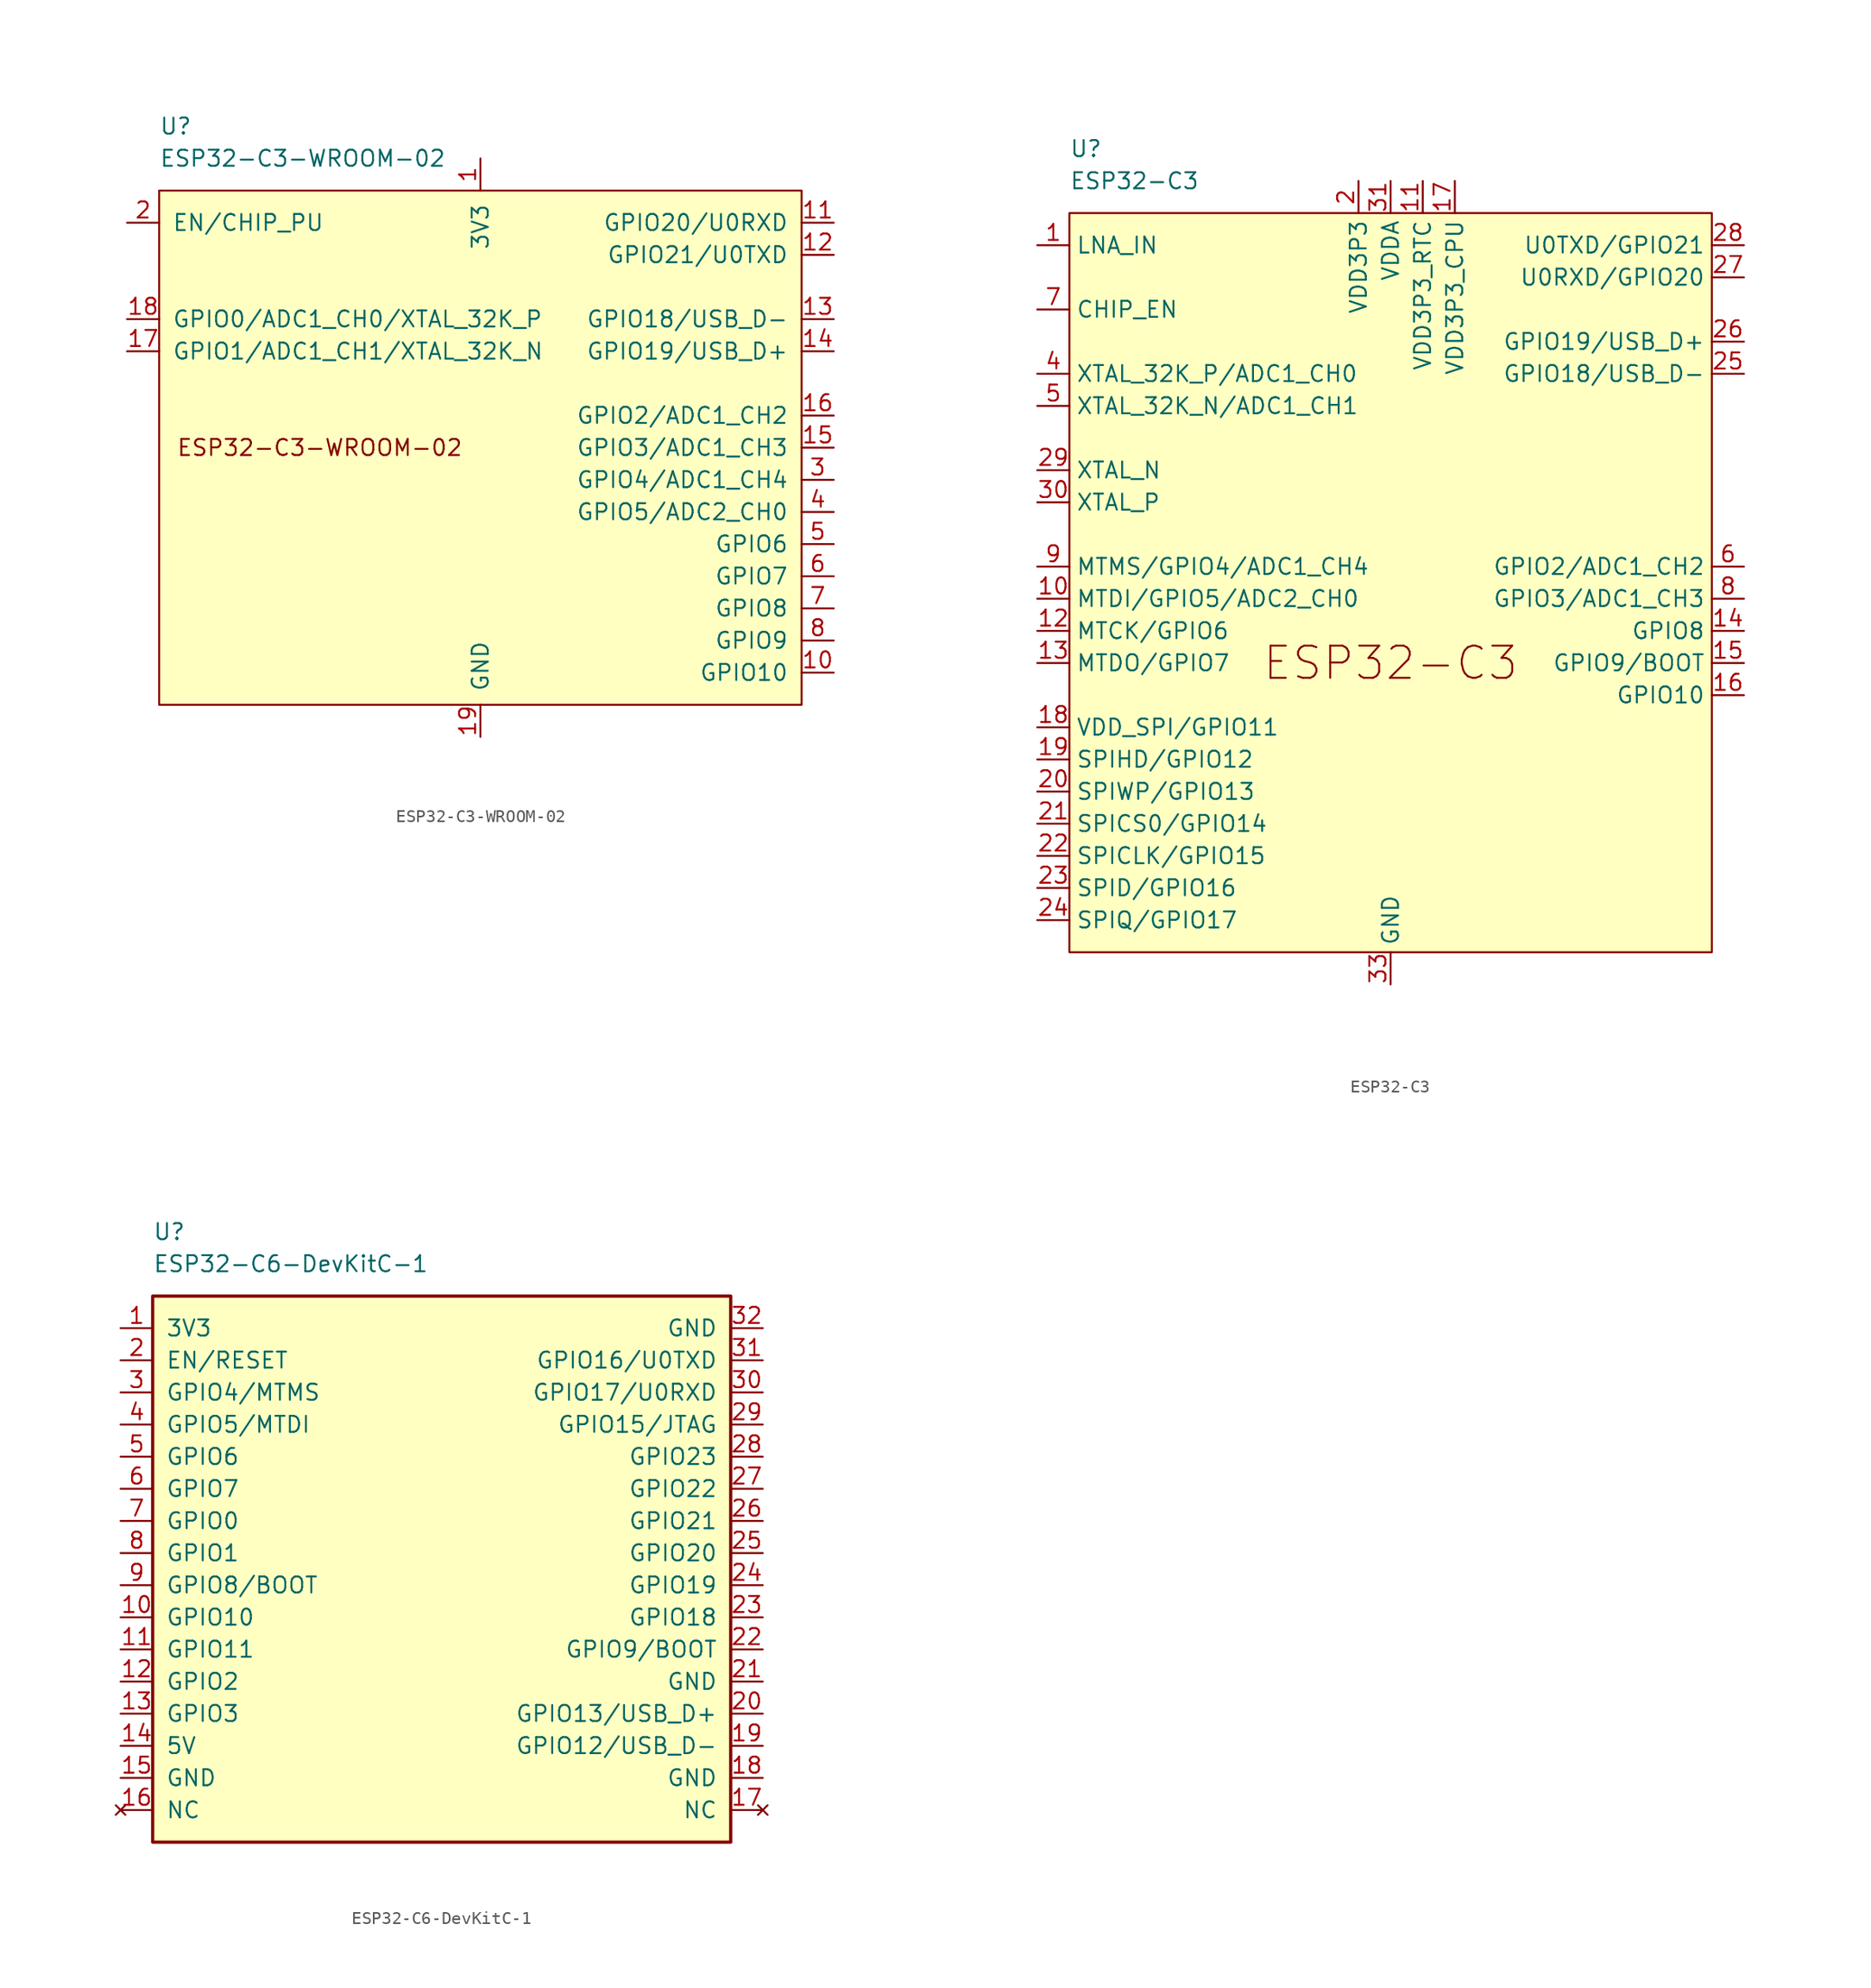
<source format=kicad_sym>
(kicad_symbol_lib
  (version 20241209)
  (generator "kicad_symbol_editor")
  (generator_version "9.0")
  (symbol "ESP32-C3-WROOM-02"
    (pin_names
      (offset 1.016))
    (property "Reference" "U"
      (at -25.4 25.4 0)
      (effects (font (size 1.27 1.27)) (justify left)))
    (property "Value" "ESP32-C3-WROOM-02"
      (at -25.4 22.86 0)
      (effects (font (size 1.27 1.27)) (justify left)))
    (symbol "ESP32-C3-WROOM-02_0_0"
      (text "ESP32-C3-WROOM-02" (at -12.7 0 0) (effects (font (size 1.27 1.27)))))
    (symbol "ESP32-C3-WROOM-02_0_1"
      (rectangle (start 25.4 20.32) (end -25.4 -20.32) (stroke (width 0) (type default)) (fill (type background))))
    (symbol "ESP32-C3-WROOM-02_1_1"
      (pin input line (at -27.94 17.78 0) (length 2.54) (name "EN/CHIP_PU" (effects (font (size 1.27 1.27)))) (number "2" (effects (font (size 1.27 1.27)))))
      (pin bidirectional line (at -27.94 10.16 0) (length 2.54) (name "GPIO0/ADC1_CH0/XTAL_32K_P" (effects (font (size 1.27 1.27)))) (number "18" (effects (font (size 1.27 1.27)))))
      (pin bidirectional line (at -27.94 7.62 0) (length 2.54) (name "GPIO1/ADC1_CH1/XTAL_32K_N" (effects (font (size 1.27 1.27)))) (number "17" (effects (font (size 1.27 1.27)))))
      (pin power_in line (at 0 22.86 270) (length 2.54) (name "3V3" (effects (font (size 1.27 1.27)))) (number "1" (effects (font (size 1.27 1.27)))))
      (pin power_in line (at 0 -22.86 90) (length 2.54) (name "GND" (effects (font (size 1.27 1.27)))) (number "19" (effects (font (size 1.27 1.27)))))
      (pin passive line (at 0 -22.86 90) (length 2.54) (hide yes) (name "GND" (effects (font (size 1.27 1.27)))) (number "9" (effects (font (size 1.27 1.27)))))
      (pin bidirectional line (at 27.94 17.78 180) (length 2.54) (name "GPIO20/U0RXD" (effects (font (size 1.27 1.27)))) (number "11" (effects (font (size 1.27 1.27)))))
      (pin bidirectional line (at 27.94 15.24 180) (length 2.54) (name "GPIO21/U0TXD" (effects (font (size 1.27 1.27)))) (number "12" (effects (font (size 1.27 1.27)))))
      (pin bidirectional line (at 27.94 10.16 180) (length 2.54) (name "GPIO18/USB_D-" (effects (font (size 1.27 1.27)))) (number "13" (effects (font (size 1.27 1.27)))))
      (pin bidirectional line (at 27.94 7.62 180) (length 2.54) (name "GPIO19/USB_D+" (effects (font (size 1.27 1.27)))) (number "14" (effects (font (size 1.27 1.27)))))
      (pin bidirectional line (at 27.94 2.54 180) (length 2.54) (name "GPIO2/ADC1_CH2" (effects (font (size 1.27 1.27)))) (number "16" (effects (font (size 1.27 1.27)))))
      (pin bidirectional line (at 27.94 0 180) (length 2.54) (name "GPIO3/ADC1_CH3" (effects (font (size 1.27 1.27)))) (number "15" (effects (font (size 1.27 1.27)))))
      (pin bidirectional line (at 27.94 -2.54 180) (length 2.54) (name "GPIO4/ADC1_CH4" (effects (font (size 1.27 1.27)))) (number "3" (effects (font (size 1.27 1.27)))))
      (pin bidirectional line (at 27.94 -5.08 180) (length 2.54) (name "GPIO5/ADC2_CH0" (effects (font (size 1.27 1.27)))) (number "4" (effects (font (size 1.27 1.27)))))
      (pin bidirectional line (at 27.94 -7.62 180) (length 2.54) (name "GPIO6" (effects (font (size 1.27 1.27)))) (number "5" (effects (font (size 1.27 1.27)))))
      (pin bidirectional line (at 27.94 -10.16 180) (length 2.54) (name "GPIO7" (effects (font (size 1.27 1.27)))) (number "6" (effects (font (size 1.27 1.27)))))
      (pin bidirectional line (at 27.94 -12.7 180) (length 2.54) (name "GPIO8" (effects (font (size 1.27 1.27)))) (number "7" (effects (font (size 1.27 1.27)))))
      (pin bidirectional line (at 27.94 -15.24 180) (length 2.54) (name "GPIO9" (effects (font (size 1.27 1.27)))) (number "8" (effects (font (size 1.27 1.27)))))
      (pin bidirectional line (at 27.94 -17.78 180) (length 2.54) (name "GPIO10" (effects (font (size 1.27 1.27)))) (number "10" (effects (font (size 1.27 1.27)))))))
  (symbol "ESP32-C3"
    (property "Reference" "U"
      (at -25.4 35.56 0)
      (effects (font (size 1.27 1.27)) (justify left)))
    (property "Value" "ESP32-C3"
      (at -25.4 33.02 0)
      (effects (font (size 1.27 1.27)) (justify left)))
    (symbol "ESP32-C3_0_0"
      (text "ESP32-C3" (at 0 -5.08 0) (effects (font (size 2.54 2.54))))
      (pin bidirectional line (at -27.94 27.94 0) (length 2.54) (name "LNA_IN" (effects (font (size 1.27 1.27)))) (number "1" (effects (font (size 1.27 1.27)))))
      (pin input line (at -27.94 22.86 0) (length 2.54) (name "CHIP_EN" (effects (font (size 1.27 1.27)))) (number "7" (effects (font (size 1.27 1.27)))))
      (pin output line (at -27.94 17.78 0) (length 2.54) (name "XTAL_32K_P/ADC1_CH0" (effects (font (size 1.27 1.27)))) (number "4" (effects (font (size 1.27 1.27)))))
      (pin input line (at -27.94 15.24 0) (length 2.54) (name "XTAL_32K_N/ADC1_CH1" (effects (font (size 1.27 1.27)))) (number "5" (effects (font (size 1.27 1.27)))))
      (pin output line (at -27.94 10.16 0) (length 2.54) (name "XTAL_N" (effects (font (size 1.27 1.27)))) (number "29" (effects (font (size 1.27 1.27)))))
      (pin input line (at -27.94 7.62 0) (length 2.54) (name "XTAL_P" (effects (font (size 1.27 1.27)))) (number "30" (effects (font (size 1.27 1.27)))))
      (pin bidirectional line (at -27.94 2.54 0) (length 2.54) (name "MTMS/GPIO4/ADC1_CH4" (effects (font (size 1.27 1.27)))) (number "9" (effects (font (size 1.27 1.27)))))
      (pin bidirectional line (at -27.94 0 0) (length 2.54) (name "MTDI/GPIO5/ADC2_CH0" (effects (font (size 1.27 1.27)))) (number "10" (effects (font (size 1.27 1.27)))))
      (pin bidirectional line (at -27.94 -2.54 0) (length 2.54) (name "MTCK/GPIO6" (effects (font (size 1.27 1.27)))) (number "12" (effects (font (size 1.27 1.27)))))
      (pin bidirectional line (at -27.94 -5.08 0) (length 2.54) (name "MTDO/GPIO7" (effects (font (size 1.27 1.27)))) (number "13" (effects (font (size 1.27 1.27)))))
      (pin bidirectional line (at -27.94 -10.16 0) (length 2.54) (name "VDD_SPI/GPIO11" (effects (font (size 1.27 1.27)))) (number "18" (effects (font (size 1.27 1.27)))))
      (pin bidirectional line (at -27.94 -12.7 0) (length 2.54) (name "SPIHD/GPIO12" (effects (font (size 1.27 1.27)))) (number "19" (effects (font (size 1.27 1.27)))))
      (pin bidirectional line (at -27.94 -15.24 0) (length 2.54) (name "SPIWP/GPIO13" (effects (font (size 1.27 1.27)))) (number "20" (effects (font (size 1.27 1.27)))))
      (pin bidirectional line (at -27.94 -17.78 0) (length 2.54) (name "SPICS0/GPIO14" (effects (font (size 1.27 1.27)))) (number "21" (effects (font (size 1.27 1.27)))))
      (pin bidirectional line (at -27.94 -20.32 0) (length 2.54) (name "SPICLK/GPIO15" (effects (font (size 1.27 1.27)))) (number "22" (effects (font (size 1.27 1.27)))))
      (pin bidirectional line (at -27.94 -22.86 0) (length 2.54) (name "SPID/GPIO16" (effects (font (size 1.27 1.27)))) (number "23" (effects (font (size 1.27 1.27)))))
      (pin bidirectional line (at -27.94 -25.4 0) (length 2.54) (name "SPIQ/GPIO17" (effects (font (size 1.27 1.27)))) (number "24" (effects (font (size 1.27 1.27)))))
      (pin power_in line (at -2.54 33.02 270) (length 2.54) (name "VDD3P3" (effects (font (size 1.27 1.27)))) (number "2" (effects (font (size 1.27 1.27)))))
      (pin power_in line (at 0 33.02 270) (length 2.54) (name "VDDA" (effects (font (size 1.27 1.27)))) (number "31" (effects (font (size 1.27 1.27)))))
      (pin power_in line (at 0 -30.48 90) (length 2.54) (name "GND" (effects (font (size 1.27 1.27)))) (number "33" (effects (font (size 1.27 1.27)))))
      (pin power_in line (at 2.54 33.02 270) (length 2.54) (name "VDD3P3_RTC" (effects (font (size 1.27 1.27)))) (number "11" (effects (font (size 1.27 1.27)))))
      (pin power_in line (at 5.08 33.02 270) (length 2.54) (name "VDD3P3_CPU" (effects (font (size 1.27 1.27)))) (number "17" (effects (font (size 1.27 1.27)))))
      (pin bidirectional line (at 27.94 27.94 180) (length 2.54) (name "U0TXD/GPIO21" (effects (font (size 1.27 1.27)))) (number "28" (effects (font (size 1.27 1.27)))))
      (pin bidirectional line (at 27.94 25.4 180) (length 2.54) (name "U0RXD/GPIO20" (effects (font (size 1.27 1.27)))) (number "27" (effects (font (size 1.27 1.27)))))
      (pin bidirectional line (at 27.94 20.32 180) (length 2.54) (name "GPIO19/USB_D+" (effects (font (size 1.27 1.27)))) (number "26" (effects (font (size 1.27 1.27)))))
      (pin bidirectional line (at 27.94 17.78 180) (length 2.54) (name "GPIO18/USB_D-" (effects (font (size 1.27 1.27)))) (number "25" (effects (font (size 1.27 1.27)))))
      (pin bidirectional line (at 27.94 2.54 180) (length 2.54) (name "GPIO2/ADC1_CH2" (effects (font (size 1.27 1.27)))) (number "6" (effects (font (size 1.27 1.27)))))
      (pin bidirectional line (at 27.94 0 180) (length 2.54) (name "GPIO3/ADC1_CH3" (effects (font (size 1.27 1.27)))) (number "8" (effects (font (size 1.27 1.27)))))
      (pin bidirectional line (at 27.94 -2.54 180) (length 2.54) (name "GPIO8" (effects (font (size 1.27 1.27)))) (number "14" (effects (font (size 1.27 1.27)))))
      (pin bidirectional line (at 27.94 -5.08 180) (length 2.54) (name "GPIO9/BOOT" (effects (font (size 1.27 1.27)))) (number "15" (effects (font (size 1.27 1.27)))))
      (pin bidirectional line (at 27.94 -7.62 180) (length 2.54) (name "GPIO10" (effects (font (size 1.27 1.27)))) (number "16" (effects (font (size 1.27 1.27))))))
    (symbol "ESP32-C3_0_1"
      (rectangle (start -25.4 30.48) (end 25.4 -27.94) (stroke (width 0) (type default)) (fill (type background)))
      (pin passive line (at -2.54 33.02 270) (length 2.54) (hide yes) (name "VDD3P3" (effects (font (size 1.27 1.27)))) (number "3" (effects (font (size 1.27 1.27)))))
      (pin passive line (at 0 33.02 270) (length 2.54) (hide yes) (name "VDDA" (effects (font (size 1.27 1.27)))) (number "32" (effects (font (size 1.27 1.27)))))))
  (symbol "ESP32-C6-DevKitC-1"
    (pin_names
      (offset 1.016))
    (property "Reference" "U"
      (at -22.86 25.4 0)
      (effects (font (size 1.27 1.27)) (justify left)))
    (property "Value" "ESP32-C6-DevKitC-1"
      (at -22.86 22.86 0)
      (effects (font (size 1.27 1.27)) (justify left)))
    (symbol "ESP32-C6-DevKitC-1_0_1"
      (rectangle (start -22.86 20.32) (end 22.86 -22.86) (stroke (width 0.254) (type default)) (fill (type background))))
    (symbol "ESP32-C6-DevKitC-1_1_0"
      (pin input line (at -25.4 15.24 0) (length 2.54) (name "EN/RESET" (effects (font (size 1.27 1.27)))) (number "2" (effects (font (size 1.27 1.27)))))
      (pin power_in line (at -25.4 -15.24 0) (length 2.54) (name "5V" (effects (font (size 1.27 1.27)))) (number "14" (effects (font (size 1.27 1.27))))))
    (symbol "ESP32-C6-DevKitC-1_1_1"
      (pin power_in line (at -25.4 17.78 0) (length 2.54) (name "3V3" (effects (font (size 1.27 1.27)))) (number "1" (effects (font (size 1.27 1.27)))))
      (pin bidirectional line (at -25.4 12.7 0) (length 2.54) (name "GPIO4/MTMS" (effects (font (size 1.27 1.27)))) (number "3" (effects (font (size 1.27 1.27)))) (alternate "GPIO4" bidirectional line) (alternate "GPIO4/ADC1_CH4" bidirectional line) (alternate "GPIO4/FSPIHD" bidirectional line) (alternate "GPIO4/LP_GPIO4" bidirectional line) (alternate "GPIO4/LP_UART_RXD" bidirectional line))
      (pin bidirectional line (at -25.4 10.16 0) (length 2.54) (name "GPIO5/MTDI" (effects (font (size 1.27 1.27)))) (number "4" (effects (font (size 1.27 1.27)))) (alternate "GPIO5" bidirectional line) (alternate "GPIO5/ADC1_CH5" bidirectional line) (alternate "GPIO5/FSPIWP" bidirectional line) (alternate "GPIO5/LP_GPIO5" bidirectional line) (alternate "GPIO5/LP_UART_TXD" bidirectional line))
      (pin bidirectional line (at -25.4 7.62 0) (length 2.54) (name "GPIO6" (effects (font (size 1.27 1.27)))) (number "5" (effects (font (size 1.27 1.27)))) (alternate "GPIO6/ADC1_CH6" bidirectional line) (alternate "GPIO6/FSPICLK" bidirectional line) (alternate "GPIO6/LP_GPIO6" bidirectional line) (alternate "GPIO6/LP_I2C_SDA" bidirectional line) (alternate "GPIO6/MTCK" bidirectional line))
      (pin bidirectional line (at -25.4 5.08 0) (length 2.54) (name "GPIO7" (effects (font (size 1.27 1.27)))) (number "6" (effects (font (size 1.27 1.27)))))
      (pin bidirectional line (at -25.4 2.54 0) (length 2.54) (name "GPIO0" (effects (font (size 1.27 1.27)))) (number "7" (effects (font (size 1.27 1.27)))) (alternate "GPIO0/ADC1_CH0" bidirectional line) (alternate "GPIO0/LP_GPIO0" bidirectional line) (alternate "GPIO0/LP_UART_DTRN" bidirectional line) (alternate "GPIO0/XTAL_32K_P" bidirectional line))
      (pin bidirectional line (at -25.4 0 0) (length 2.54) (name "GPIO1" (effects (font (size 1.27 1.27)))) (number "8" (effects (font (size 1.27 1.27)))) (alternate "GPIO1/ADC1_CH1" bidirectional line) (alternate "GPIO1/LP_GPIO1" bidirectional line) (alternate "GPIO1/LP_UART_DSRN" bidirectional line) (alternate "GPIO1/XTAL_32K_N" bidirectional line))
      (pin bidirectional line (at -25.4 -2.54 0) (length 2.54) (name "GPIO8/BOOT" (effects (font (size 1.27 1.27)))) (number "9" (effects (font (size 1.27 1.27)))))
      (pin bidirectional line (at -25.4 -5.08 0) (length 2.54) (name "GPIO10" (effects (font (size 1.27 1.27)))) (number "10" (effects (font (size 1.27 1.27)))))
      (pin bidirectional line (at -25.4 -7.62 0) (length 2.54) (name "GPIO11" (effects (font (size 1.27 1.27)))) (number "11" (effects (font (size 1.27 1.27)))))
      (pin bidirectional line (at -25.4 -10.16 0) (length 2.54) (name "GPIO2" (effects (font (size 1.27 1.27)))) (number "12" (effects (font (size 1.27 1.27)))) (alternate "GPIO2/ADC1_CH2" bidirectional line) (alternate "GPIO2/FSPIQ" bidirectional line) (alternate "GPIO2/LP_GPIO2" bidirectional line) (alternate "GPIO2/LP_UART_RTSN" bidirectional line))
      (pin bidirectional line (at -25.4 -12.7 0) (length 2.54) (name "GPIO3" (effects (font (size 1.27 1.27)))) (number "13" (effects (font (size 1.27 1.27)))) (alternate "GPIO3/ADC1_CH3" bidirectional line) (alternate "GPIO3/LP_GPIO3" bidirectional line) (alternate "GPIO3/LP_UART_CTSN" bidirectional line))
      (pin power_in line (at -25.4 -17.78 0) (length 2.54) (name "GND" (effects (font (size 1.27 1.27)))) (number "15" (effects (font (size 1.27 1.27)))))
      (pin no_connect line (at -25.4 -20.32 0) (length 2.54) (name "NC" (effects (font (size 1.27 1.27)))) (number "16" (effects (font (size 1.27 1.27)))))
      (pin power_in line (at 25.4 17.78 180) (length 2.54) (name "GND" (effects (font (size 1.27 1.27)))) (number "32" (effects (font (size 1.27 1.27)))))
      (pin bidirectional line (at 25.4 15.24 180) (length 2.54) (name "GPIO16/U0TXD" (effects (font (size 1.27 1.27)))) (number "31" (effects (font (size 1.27 1.27)))) (alternate "GPIO16" bidirectional line) (alternate "GPIO16/FSPICS0" bidirectional line))
      (pin bidirectional line (at 25.4 12.7 180) (length 2.54) (name "GPIO17/U0RXD" (effects (font (size 1.27 1.27)))) (number "30" (effects (font (size 1.27 1.27)))) (alternate "GPIO17" bidirectional line) (alternate "GPIO17/FSPICS1" bidirectional line))
      (pin bidirectional line (at 25.4 10.16 180) (length 2.54) (name "GPIO15/JTAG" (effects (font (size 1.27 1.27)))) (number "29" (effects (font (size 1.27 1.27)))))
      (pin bidirectional line (at 25.4 7.62 180) (length 2.54) (name "GPIO23" (effects (font (size 1.27 1.27)))) (number "28" (effects (font (size 1.27 1.27)))) (alternate "GPIO23/SDIO_DATA3" bidirectional line))
      (pin bidirectional line (at 25.4 5.08 180) (length 2.54) (name "GPIO22" (effects (font (size 1.27 1.27)))) (number "27" (effects (font (size 1.27 1.27)))) (alternate "GPIO22/SDIO_DATA2" bidirectional line))
      (pin bidirectional line (at 25.4 2.54 180) (length 2.54) (name "GPIO21" (effects (font (size 1.27 1.27)))) (number "26" (effects (font (size 1.27 1.27)))) (alternate "GPIO21/FSPICS5" bidirectional line) (alternate "GPIO21/SDIO_DATA1" bidirectional line))
      (pin bidirectional line (at 25.4 0 180) (length 2.54) (name "GPIO20" (effects (font (size 1.27 1.27)))) (number "25" (effects (font (size 1.27 1.27)))) (alternate "GPIO20/FSPICS4" bidirectional line) (alternate "GPIO20/SDIO_DATA0" bidirectional line))
      (pin bidirectional line (at 25.4 -2.54 180) (length 2.54) (name "GPIO19" (effects (font (size 1.27 1.27)))) (number "24" (effects (font (size 1.27 1.27)))) (alternate "GPIO19/FSPICS3" bidirectional line) (alternate "GPIO19/SDIO_CLK" bidirectional line))
      (pin bidirectional line (at 25.4 -5.08 180) (length 2.54) (name "GPIO18" (effects (font (size 1.27 1.27)))) (number "23" (effects (font (size 1.27 1.27)))) (alternate "GPIO18/FSPICS2" bidirectional line) (alternate "GPIO18/SDIO_CMD" bidirectional line))
      (pin bidirectional line (at 25.4 -7.62 180) (length 2.54) (name "GPIO9/BOOT" (effects (font (size 1.27 1.27)))) (number "22" (effects (font (size 1.27 1.27)))))
      (pin power_in line (at 25.4 -10.16 180) (length 2.54) (name "GND" (effects (font (size 1.27 1.27)))) (number "21" (effects (font (size 1.27 1.27)))))
      (pin bidirectional line (at 25.4 -12.7 180) (length 2.54) (name "GPIO13/USB_D+" (effects (font (size 1.27 1.27)))) (number "20" (effects (font (size 1.27 1.27)))) (alternate "GPIO13" bidirectional line))
      (pin bidirectional line (at 25.4 -15.24 180) (length 2.54) (name "GPIO12/USB_D-" (effects (font (size 1.27 1.27)))) (number "19" (effects (font (size 1.27 1.27)))) (alternate "GPIO12" bidirectional line))
      (pin power_in line (at 25.4 -17.78 180) (length 2.54) (name "GND" (effects (font (size 1.27 1.27)))) (number "18" (effects (font (size 1.27 1.27)))))
      (pin no_connect line (at 25.4 -20.32 180) (length 2.54) (name "NC" (effects (font (size 1.27 1.27)))) (number "17" (effects (font (size 1.27 1.27))))))))
</source>
